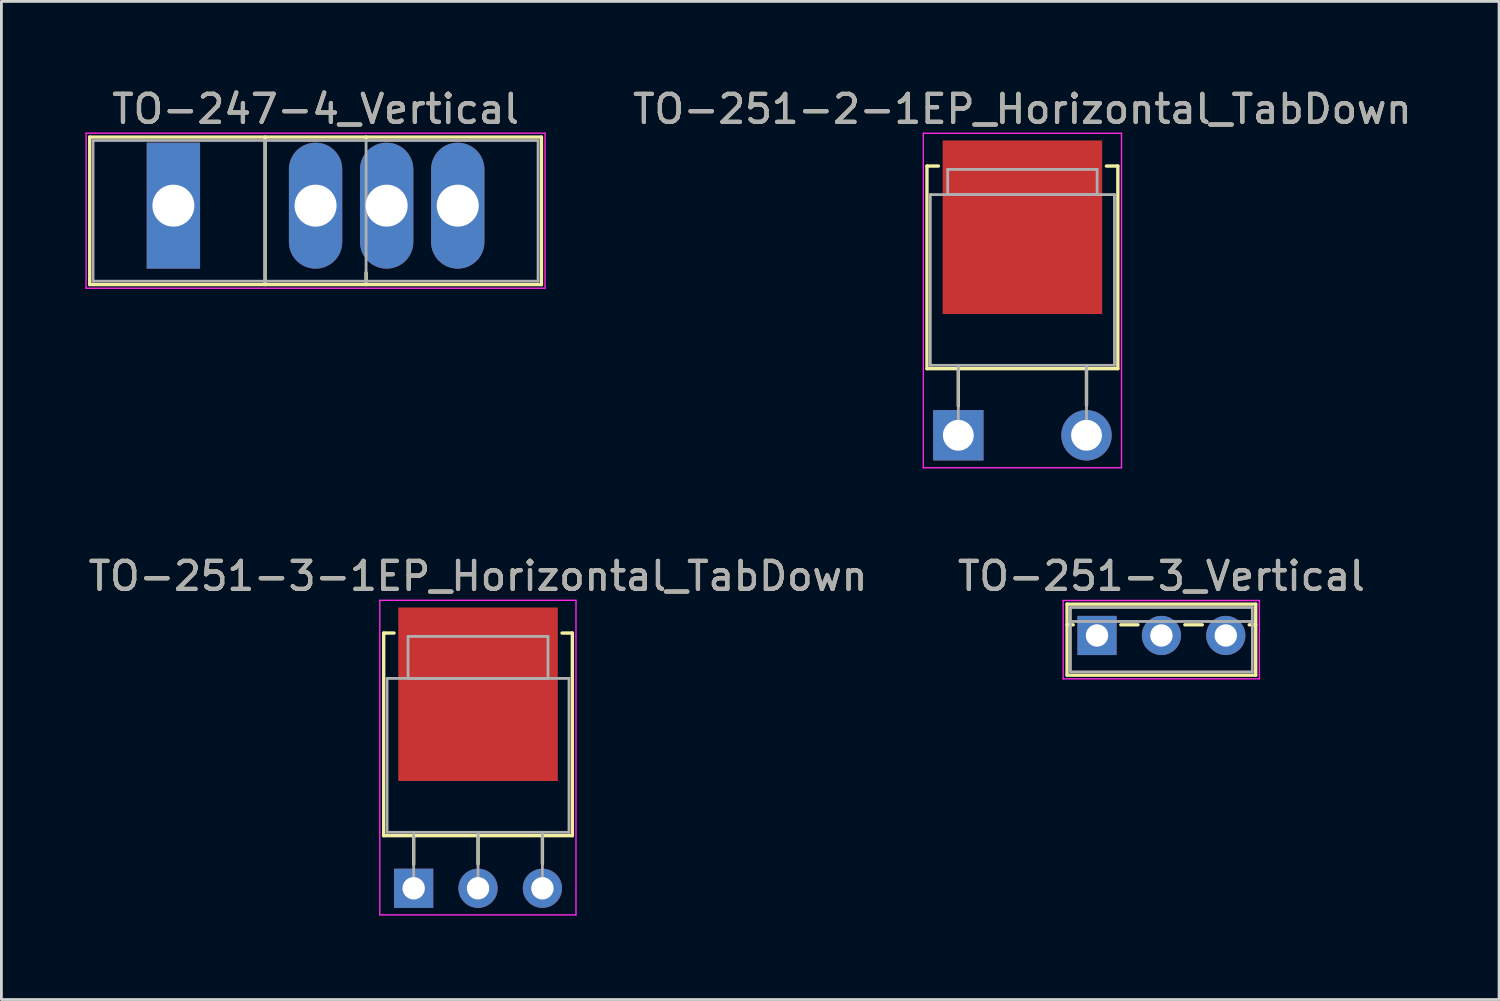
<source format=kicad_pcb>
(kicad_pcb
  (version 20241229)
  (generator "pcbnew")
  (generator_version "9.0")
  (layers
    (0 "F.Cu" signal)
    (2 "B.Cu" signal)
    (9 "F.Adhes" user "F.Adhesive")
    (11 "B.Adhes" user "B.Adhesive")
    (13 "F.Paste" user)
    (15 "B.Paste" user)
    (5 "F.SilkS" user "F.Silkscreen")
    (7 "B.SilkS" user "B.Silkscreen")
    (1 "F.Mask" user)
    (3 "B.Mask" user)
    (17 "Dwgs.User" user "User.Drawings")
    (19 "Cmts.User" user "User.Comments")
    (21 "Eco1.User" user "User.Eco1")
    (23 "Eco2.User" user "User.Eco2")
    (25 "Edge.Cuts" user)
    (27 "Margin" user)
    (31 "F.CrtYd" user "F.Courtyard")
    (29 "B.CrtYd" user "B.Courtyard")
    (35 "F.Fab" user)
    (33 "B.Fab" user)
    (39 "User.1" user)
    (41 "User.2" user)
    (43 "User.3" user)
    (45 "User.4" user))
  (footprint "TO-247-4_Vertical"
    (layer "F.Cu")
    (at 3.145 4.298)
    (property "Reference" "TO-247-4_Vertical" (at 5.08 -3.45 0) (layer "F.SilkS") (effects (font (size 1 1) (thickness 0.15))))
    (attr through_hole)
    (fp_line (start -2.99 -2.451) (end -2.99 2.82) (stroke (width 0.12) (type solid)) (layer "F.SilkS"))
    (fp_line (start -2.99 -2.451) (end 13.15 -2.451) (stroke (width 0.12) (type solid)) (layer "F.SilkS"))
    (fp_line (start -2.99 2.82) (end 13.15 2.82) (stroke (width 0.12) (type solid)) (layer "F.SilkS"))
    (fp_line (start 3.276 -2.451) (end 3.276 2.82) (stroke (width 0.12) (type solid)) (layer "F.SilkS"))
    (fp_line (start 6.885 -2.451) (end 6.885 -2.4) (stroke (width 0.12) (type solid)) (layer "F.SilkS"))
    (fp_line (start 6.885 2.4) (end 6.885 2.82) (stroke (width 0.12) (type solid)) (layer "F.SilkS"))
    (fp_line (start 13.15 -2.451) (end 13.15 2.82) (stroke (width 0.12) (type solid)) (layer "F.SilkS"))
    (fp_line (start -3.12 -2.59) (end -3.12 2.95) (stroke (width 0.05) (type solid)) (layer "F.CrtYd"))
    (fp_line (start -3.12 2.95) (end 13.28 2.95) (stroke (width 0.05) (type solid)) (layer "F.CrtYd"))
    (fp_line (start 13.28 -2.59) (end -3.12 -2.59) (stroke (width 0.05) (type solid)) (layer "F.CrtYd"))
    (fp_line (start 13.28 2.95) (end 13.28 -2.59) (stroke (width 0.05) (type solid)) (layer "F.CrtYd"))
    (fp_line (start -2.87 -2.33) (end -2.87 2.7) (stroke (width 0.1) (type solid)) (layer "F.Fab"))
    (fp_line (start -2.87 2.7) (end 13.03 2.7) (stroke (width 0.1) (type solid)) (layer "F.Fab"))
    (fp_line (start 3.275 -2.33) (end 3.275 2.7) (stroke (width 0.1) (type solid)) (layer "F.Fab"))
    (fp_line (start 6.885 -2.33) (end 6.885 2.7) (stroke (width 0.1) (type solid)) (layer "F.Fab"))
    (fp_line (start 13.03 -2.33) (end -2.87 -2.33) (stroke (width 0.1) (type solid)) (layer "F.Fab"))
    (fp_line (start 13.03 2.7) (end 13.03 -2.33) (stroke (width 0.1) (type solid)) (layer "F.Fab"))
    (fp_text user "${REFERENCE}" (at 5.08 -3.45 0) (layer "F.Fab") (effects (font (size 1 1) (thickness 0.15))))
    (pad "1" thru_hole rect (at 0 0) (size 1.905 4.5) (drill 1.5) (layers "*.Cu" "*.Mask"))
    (pad "2" thru_hole oval (at 5.08 0) (size 1.905 4.5) (drill 1.5) (layers "*.Cu" "*.Mask"))
    (pad "3" thru_hole oval (at 7.62 0) (size 1.905 4.5) (drill 1.5) (layers "*.Cu" "*.Mask"))
    (pad "4" thru_hole oval (at 10.16 0) (size 1.905 4.5) (drill 1.5) (layers "*.Cu" "*.Mask")))
  (footprint "TO-251-3-1EP_Horizontal_TabDown"
    (layer "F.Cu")
    (at 11.73 28.688)
    (property "Reference" "TO-251-3-1EP_Horizontal_TabDown" (at 2.3 -11.153 0) (layer "F.SilkS") (effects (font (size 1 1) (thickness 0.15))))
    (attr through_hole)
    (fp_line (start -1.071 -9.12) (end -1.071 -1.88) (stroke (width 0.12) (type solid)) (layer "F.SilkS"))
    (fp_line (start -1.071 -9.12) (end -0.701 -9.12) (stroke (width 0.12) (type solid)) (layer "F.SilkS"))
    (fp_line (start -1.071 -1.88) (end 5.67 -1.88) (stroke (width 0.12) (type solid)) (layer "F.SilkS"))
    (fp_line (start 0 -1.88) (end 0 -0.85) (stroke (width 0.12) (type solid)) (layer "F.SilkS"))
    (fp_line (start 2.3 -1.88) (end 2.3 -0.866) (stroke (width 0.12) (type solid)) (layer "F.SilkS"))
    (fp_line (start 4.6 -1.88) (end 4.6 -0.866) (stroke (width 0.12) (type solid)) (layer "F.SilkS"))
    (fp_line (start 5.301 -9.12) (end 5.67 -9.12) (stroke (width 0.12) (type solid)) (layer "F.SilkS"))
    (fp_line (start 5.67 -9.12) (end 5.67 -1.88) (stroke (width 0.12) (type solid)) (layer "F.SilkS"))
    (fp_line (start -1.21 -10.29) (end -1.21 0.95) (stroke (width 0.05) (type solid)) (layer "F.CrtYd"))
    (fp_line (start -1.21 0.95) (end 5.8 0.95) (stroke (width 0.05) (type solid)) (layer "F.CrtYd"))
    (fp_line (start 5.8 -10.29) (end -1.21 -10.29) (stroke (width 0.05) (type solid)) (layer "F.CrtYd"))
    (fp_line (start 5.8 0.95) (end 5.8 -10.29) (stroke (width 0.05) (type solid)) (layer "F.CrtYd"))
    (fp_line (start -0.95 -7.5) (end 5.55 -7.5) (stroke (width 0.1) (type solid)) (layer "F.Fab"))
    (fp_line (start -0.95 -2) (end -0.95 -7.5) (stroke (width 0.1) (type solid)) (layer "F.Fab"))
    (fp_line (start -0.2 -9) (end 4.8 -9) (stroke (width 0.1) (type solid)) (layer "F.Fab"))
    (fp_line (start -0.2 -7.5) (end -0.2 -9) (stroke (width 0.1) (type solid)) (layer "F.Fab"))
    (fp_line (start 0 -2) (end 0 0) (stroke (width 0.1) (type solid)) (layer "F.Fab"))
    (fp_line (start 2.3 -2) (end 2.3 0) (stroke (width 0.1) (type solid)) (layer "F.Fab"))
    (fp_line (start 4.6 -2) (end 4.6 0) (stroke (width 0.1) (type solid)) (layer "F.Fab"))
    (fp_line (start 4.8 -9) (end 4.8 -7.5) (stroke (width 0.1) (type solid)) (layer "F.Fab"))
    (fp_line (start 4.8 -7.5) (end -0.2 -7.5) (stroke (width 0.1) (type solid)) (layer "F.Fab"))
    (fp_line (start 5.55 -7.5) (end 5.55 -2) (stroke (width 0.1) (type solid)) (layer "F.Fab"))
    (fp_line (start 5.55 -2) (end -0.95 -2) (stroke (width 0.1) (type solid)) (layer "F.Fab"))
    (fp_text user "${REFERENCE}" (at 2.3 -11.153 0) (layer "F.Fab") (effects (font (size 1 1) (thickness 0.15))))
    (pad "1" thru_hole rect (at 0 0) (size 1.4 1.4) (drill 0.8) (layers "*.Cu" "*.Mask"))
    (pad "2" thru_hole oval (at 2.3 0) (size 1.4 1.4) (drill 0.8) (layers "*.Cu" "*.Mask"))
    (pad "3" thru_hole oval (at 4.6 0) (size 1.4 1.4) (drill 0.8) (layers "*.Cu" "*.Mask"))
    (pad "4" smd rect (at 2.3 -6.933) (size 5.7 6.2) (layers "F.Cu" "F.Mask")))
  (footprint "TO-251-3_Vertical"
    (layer "F.Cu")
    (at 36.146 19.655)
    (property "Reference" "TO-251-3_Vertical" (at 2.3 -2.12 0) (layer "F.SilkS") (effects (font (size 1 1) (thickness 0.15))))
    (attr through_hole)
    (fp_line (start -1.071 -1.12) (end -1.071 1.42) (stroke (width 0.12) (type solid)) (layer "F.SilkS"))
    (fp_line (start -1.071 -1.12) (end 5.67 -1.12) (stroke (width 0.12) (type solid)) (layer "F.SilkS"))
    (fp_line (start -1.071 -0.381) (end -0.85 -0.381) (stroke (width 0.12) (type solid)) (layer "F.SilkS"))
    (fp_line (start -1.071 1.42) (end 5.67 1.42) (stroke (width 0.12) (type solid)) (layer "F.SilkS"))
    (fp_line (start 0.85 -0.381) (end 1.462 -0.381) (stroke (width 0.12) (type solid)) (layer "F.SilkS"))
    (fp_line (start 3.139 -0.381) (end 3.762 -0.381) (stroke (width 0.12) (type solid)) (layer "F.SilkS"))
    (fp_line (start 5.439 -0.381) (end 5.67 -0.381) (stroke (width 0.12) (type solid)) (layer "F.SilkS"))
    (fp_line (start 5.67 -1.12) (end 5.67 1.42) (stroke (width 0.12) (type solid)) (layer "F.SilkS"))
    (fp_line (start -1.21 -1.25) (end -1.21 1.55) (stroke (width 0.05) (type solid)) (layer "F.CrtYd"))
    (fp_line (start -1.21 1.55) (end 5.8 1.55) (stroke (width 0.05) (type solid)) (layer "F.CrtYd"))
    (fp_line (start 5.8 -1.25) (end -1.21 -1.25) (stroke (width 0.05) (type solid)) (layer "F.CrtYd"))
    (fp_line (start 5.8 1.55) (end 5.8 -1.25) (stroke (width 0.05) (type solid)) (layer "F.CrtYd"))
    (fp_line (start -0.95 -1) (end -0.95 1.3) (stroke (width 0.1) (type solid)) (layer "F.Fab"))
    (fp_line (start -0.95 -0.5) (end 5.55 -0.5) (stroke (width 0.1) (type solid)) (layer "F.Fab"))
    (fp_line (start -0.95 1.3) (end 5.55 1.3) (stroke (width 0.1) (type solid)) (layer "F.Fab"))
    (fp_line (start 5.55 -1) (end -0.95 -1) (stroke (width 0.1) (type solid)) (layer "F.Fab"))
    (fp_line (start 5.55 1.3) (end 5.55 -1) (stroke (width 0.1) (type solid)) (layer "F.Fab"))
    (fp_text user "${REFERENCE}" (at 2.3 -2.12 0) (layer "F.Fab") (effects (font (size 1 1) (thickness 0.15))))
    (pad "1" thru_hole rect (at 0 0) (size 1.4 1.4) (drill 0.8) (layers "*.Cu" "*.Mask"))
    (pad "2" thru_hole oval (at 2.3 0) (size 1.4 1.4) (drill 0.8) (layers "*.Cu" "*.Mask"))
    (pad "3" thru_hole oval (at 4.6 0) (size 1.4 1.4) (drill 0.8) (layers "*.Cu" "*.Mask")))
  (footprint "TO-251-2-1EP_Horizontal_TabDown"
    (layer "F.Cu")
    (at 31.19 12.502)
    (property "Reference" "TO-251-2-1EP_Horizontal_TabDown" (at 2.29 -11.653 0) (layer "F.SilkS") (effects (font (size 1 1) (thickness 0.15))))
    (attr through_hole)
    (fp_line (start -1.12 -9.62) (end -1.12 -2.38) (stroke (width 0.12) (type solid)) (layer "F.SilkS"))
    (fp_line (start -1.12 -9.62) (end -0.711 -9.62) (stroke (width 0.12) (type solid)) (layer "F.SilkS"))
    (fp_line (start -1.12 -2.38) (end 5.7 -2.38) (stroke (width 0.12) (type solid)) (layer "F.SilkS"))
    (fp_line (start 0 -2.38) (end 0 -1.05) (stroke (width 0.12) (type solid)) (layer "F.SilkS"))
    (fp_line (start 4.58 -2.38) (end 4.58 -1.066) (stroke (width 0.12) (type solid)) (layer "F.SilkS"))
    (fp_line (start 5.291 -9.62) (end 5.7 -9.62) (stroke (width 0.12) (type solid)) (layer "F.SilkS"))
    (fp_line (start 5.7 -9.62) (end 5.7 -2.38) (stroke (width 0.12) (type solid)) (layer "F.SilkS"))
    (fp_line (start -1.25 -10.79) (end -1.25 1.16) (stroke (width 0.05) (type solid)) (layer "F.CrtYd"))
    (fp_line (start -1.25 1.16) (end 5.83 1.16) (stroke (width 0.05) (type solid)) (layer "F.CrtYd"))
    (fp_line (start 5.83 -10.79) (end -1.25 -10.79) (stroke (width 0.05) (type solid)) (layer "F.CrtYd"))
    (fp_line (start 5.83 1.16) (end 5.83 -10.79) (stroke (width 0.05) (type solid)) (layer "F.CrtYd"))
    (fp_line (start -1 -8.6) (end 5.58 -8.6) (stroke (width 0.1) (type solid)) (layer "F.Fab"))
    (fp_line (start -1 -2.5) (end -1 -8.6) (stroke (width 0.1) (type solid)) (layer "F.Fab"))
    (fp_line (start -0.38 -9.5) (end 4.96 -9.5) (stroke (width 0.1) (type solid)) (layer "F.Fab"))
    (fp_line (start -0.38 -8.6) (end -0.38 -9.5) (stroke (width 0.1) (type solid)) (layer "F.Fab"))
    (fp_line (start 0 -2.5) (end 0 0) (stroke (width 0.1) (type solid)) (layer "F.Fab"))
    (fp_line (start 4.58 -2.5) (end 4.58 0) (stroke (width 0.1) (type solid)) (layer "F.Fab"))
    (fp_line (start 4.96 -9.5) (end 4.96 -8.6) (stroke (width 0.1) (type solid)) (layer "F.Fab"))
    (fp_line (start 4.96 -8.6) (end -0.38 -8.6) (stroke (width 0.1) (type solid)) (layer "F.Fab"))
    (fp_line (start 5.58 -8.6) (end 5.58 -2.5) (stroke (width 0.1) (type solid)) (layer "F.Fab"))
    (fp_line (start 5.58 -2.5) (end -1 -2.5) (stroke (width 0.1) (type solid)) (layer "F.Fab"))
    (fp_text user "${REFERENCE}" (at 2.29 -11.653 0) (layer "F.Fab") (effects (font (size 1 1) (thickness 0.15))))
    (pad "1" thru_hole rect (at 0 0) (size 1.8 1.8) (drill 1.1) (layers "*.Cu" "*.Mask"))
    (pad "2" thru_hole oval (at 4.58 0) (size 1.8 1.8) (drill 1.1) (layers "*.Cu" "*.Mask"))
    (pad "3" smd rect (at 2.29 -7.433) (size 5.7 6.2) (layers "F.Cu" "F.Mask")))
  (gr_rect
    (start -3 -3)
    (end 50.51 32.663)
    (stroke (width 0.1) (type default))
    (fill no)
    (layer "Edge.Cuts")))
</source>
